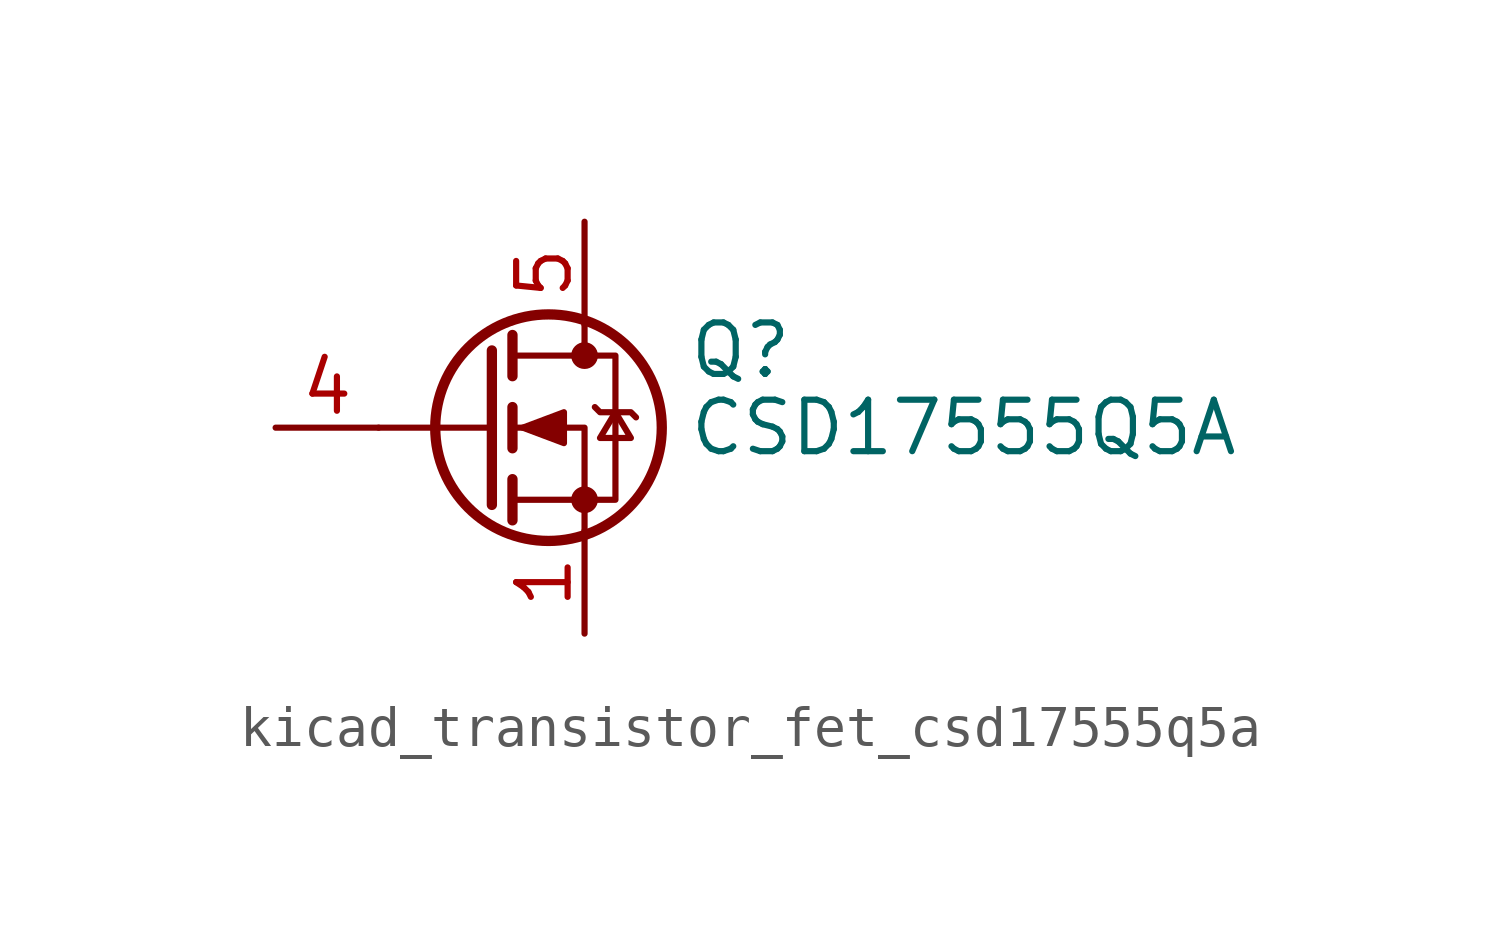
<source format=kicad_sym>
(kicad_symbol_lib
  (version 20220914)
  (generator kicad_symbol_editor)
  (symbol "kicad_transistor_fet_csd17555q5a"
    (pin_names hide)
    (property "Reference" "Q"
      (at 5.08 1.905 0)
      (effects (font (size 1.27 1.27)) (justify left)))
    (property "Value" "CSD17555Q5A"
      (at 5.08 0 0)
      (effects (font (size 1.27 1.27)) (justify left)))
    (symbol "kicad_transistor_fet_csd17555q5a_0_1"
      (polyline (pts (xy 0.254 0) (xy -2.54 0)) (stroke (width 0) (type default)) (fill (type none)))
      (polyline (pts (xy 0.254 1.905) (xy 0.254 -1.905)) (stroke (width 0.254) (type default)) (fill (type none)))
      (polyline (pts (xy 0.762 -1.27) (xy 0.762 -2.286)) (stroke (width 0.254) (type default)) (fill (type none)))
      (polyline (pts (xy 0.762 0.508) (xy 0.762 -0.508)) (stroke (width 0.254) (type default)) (fill (type none)))
      (polyline (pts (xy 0.762 2.286) (xy 0.762 1.27)) (stroke (width 0.254) (type default)) (fill (type none)))
      (polyline (pts (xy 2.54 2.54) (xy 2.54 1.778)) (stroke (width 0) (type default)) (fill (type none)))
      (polyline (pts (xy 2.54 -2.54) (xy 2.54 0) (xy 0.762 0)) (stroke (width 0) (type default)) (fill (type none)))
      (polyline (pts (xy 0.762 -1.778) (xy 3.302 -1.778) (xy 3.302 1.778) (xy 0.762 1.778)) (stroke (width 0) (type default)) (fill (type none)))
      (polyline (pts (xy 1.016 0) (xy 2.032 0.381) (xy 2.032 -0.381) (xy 1.016 0)) (stroke (width 0) (type default)) (fill (type outline)))
      (polyline (pts (xy 2.794 0.508) (xy 2.921 0.381) (xy 3.683 0.381) (xy 3.81 0.254)) (stroke (width 0) (type default)) (fill (type none)))
      (polyline (pts (xy 3.302 0.381) (xy 2.921 -0.254) (xy 3.683 -0.254) (xy 3.302 0.381)) (stroke (width 0) (type default)) (fill (type none)))
      (circle (center 1.651 0) (radius 2.794) (stroke (width 0.254) (type default)) (fill (type none)))
      (circle (center 2.54 -1.778) (radius 0.254) (stroke (width 0) (type default)) (fill (type outline)))
      (circle (center 2.54 1.778) (radius 0.254) (stroke (width 0) (type default)) (fill (type outline))))
    (symbol "kicad_transistor_fet_csd17555q5a_1_1"
      (pin passive line (at 2.54 -5.08 90) (length 2.54) (name "S" (effects (font (size 1.27 1.27)))) (number "1" (effects (font (size 1.27 1.27)))))
      (pin passive line (at 2.54 -5.08 90) (length 2.54) hide (name "S" (effects (font (size 1.27 1.27)))) (number "2" (effects (font (size 1.27 1.27)))))
      (pin passive line (at 2.54 -5.08 90) (length 2.54) hide (name "S" (effects (font (size 1.27 1.27)))) (number "3" (effects (font (size 1.27 1.27)))))
      (pin passive line (at -5.08 0 0) (length 2.54) (name "G" (effects (font (size 1.27 1.27)))) (number "4" (effects (font (size 1.27 1.27)))))
      (pin passive line (at 2.54 5.08 270) (length 2.54) (name "D" (effects (font (size 1.27 1.27)))) (number "5" (effects (font (size 1.27 1.27))))))))
</source>
